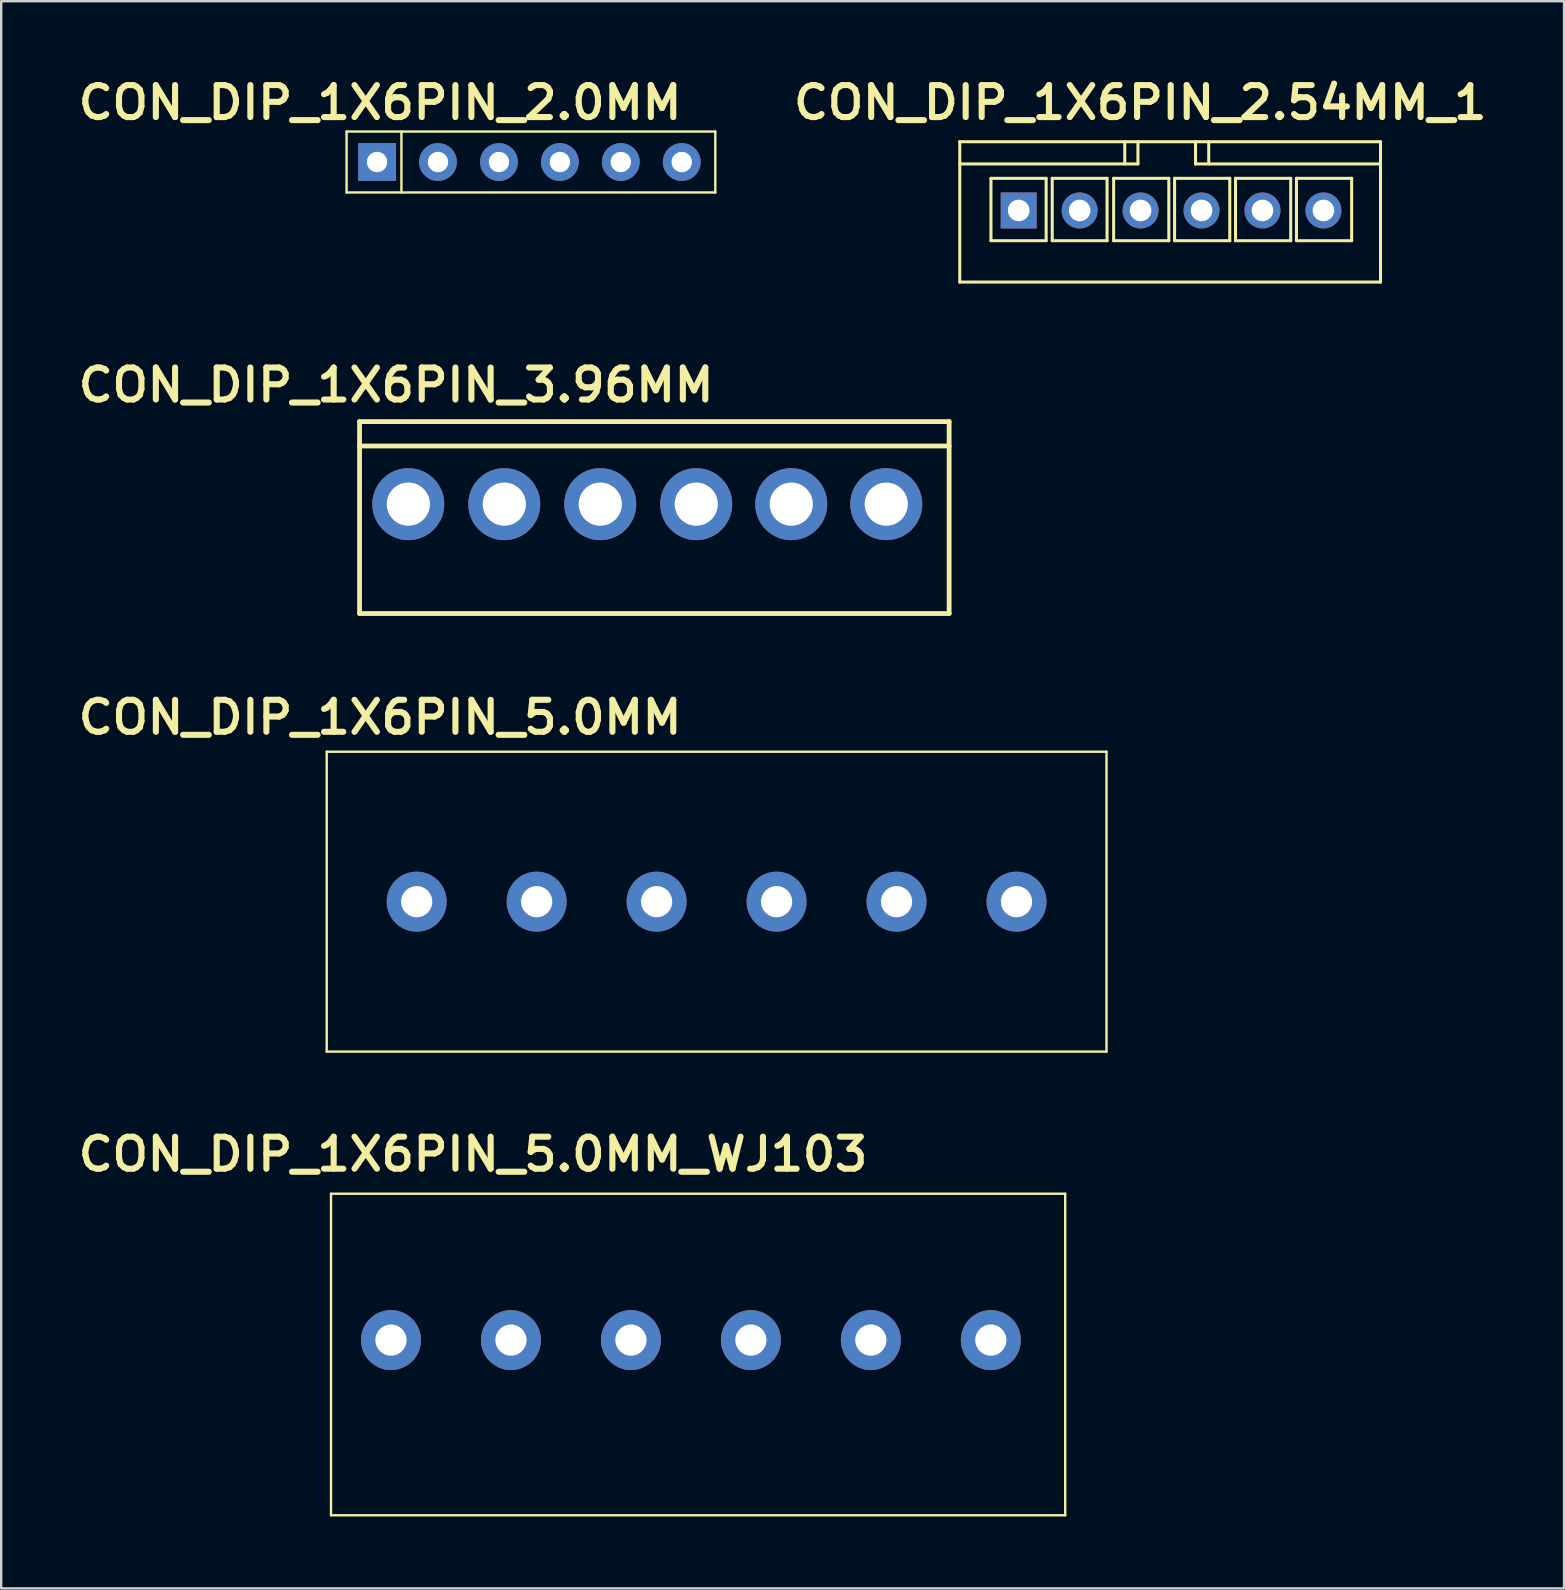
<source format=kicad_pcb>
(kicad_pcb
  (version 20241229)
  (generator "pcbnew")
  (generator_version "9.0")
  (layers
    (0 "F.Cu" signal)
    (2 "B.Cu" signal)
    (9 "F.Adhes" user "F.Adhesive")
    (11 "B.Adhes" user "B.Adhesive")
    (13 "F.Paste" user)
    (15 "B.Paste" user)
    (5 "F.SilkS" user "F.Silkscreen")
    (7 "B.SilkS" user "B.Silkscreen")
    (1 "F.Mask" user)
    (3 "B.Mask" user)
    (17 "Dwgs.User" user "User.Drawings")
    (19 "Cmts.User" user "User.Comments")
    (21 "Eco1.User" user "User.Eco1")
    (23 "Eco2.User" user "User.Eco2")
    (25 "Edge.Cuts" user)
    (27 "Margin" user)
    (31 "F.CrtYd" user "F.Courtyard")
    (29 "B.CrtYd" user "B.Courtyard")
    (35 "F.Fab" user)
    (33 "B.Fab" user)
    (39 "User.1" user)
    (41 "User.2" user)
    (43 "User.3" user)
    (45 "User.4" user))
  (footprint "CON_DIP_1X6PIN_2.54MM_1"
    (layer "F.Cu")
    (at 45.758 5.531)
    (property "Reference" "CON_DIP_1X6PIN_2.54MM_1" (at -1.283 -4.305 0) (unlocked yes) (layer "F.SilkS") (effects (font (size 1.333 1.402) (thickness 0.254))))
    (attr smd)
    (fp_line (start -8.806 3.176) (end -8.806 -2.674) (stroke (width 0.127) (type solid)) (layer "F.SilkS"))
    (fp_line (start -7.506 1.451) (end -7.506 -1.149) (stroke (width 0.127) (type solid)) (layer "F.SilkS"))
    (fp_line (start -5.206 -1.149) (end -7.506 -1.149) (stroke (width 0.127) (type solid)) (layer "F.SilkS"))
    (fp_line (start -5.206 1.451) (end -7.506 1.451) (stroke (width 0.127) (type solid)) (layer "F.SilkS"))
    (fp_line (start -5.206 1.451) (end -5.206 -1.149) (stroke (width 0.127) (type solid)) (layer "F.SilkS"))
    (fp_line (start -4.953 1.451) (end -4.953 -1.149) (stroke (width 0.127) (type solid)) (layer "F.SilkS"))
    (fp_line (start -2.667 -1.149) (end -4.953 -1.149) (stroke (width 0.127) (type solid)) (layer "F.SilkS"))
    (fp_line (start -2.667 1.451) (end -4.953 1.451) (stroke (width 0.127) (type solid)) (layer "F.SilkS"))
    (fp_line (start -2.667 1.451) (end -2.667 -1.149) (stroke (width 0.127) (type solid)) (layer "F.SilkS"))
    (fp_line (start -2.393 1.451) (end -2.393 -1.149) (stroke (width 0.127) (type solid)) (layer "F.SilkS"))
    (fp_line (start -1.93 -1.749) (end -1.93 -2.674) (stroke (width 0.127) (type solid)) (layer "F.SilkS"))
    (fp_line (start -1.38 -1.749) (end -8.806 -1.749) (stroke (width 0.127) (type solid)) (layer "F.SilkS"))
    (fp_line (start -1.38 -1.749) (end -1.38 -2.674) (stroke (width 0.127) (type solid)) (layer "F.SilkS"))
    (fp_line (start -0.093 -1.149) (end -2.393 -1.149) (stroke (width 0.127) (type solid)) (layer "F.SilkS"))
    (fp_line (start -0.093 1.451) (end -2.393 1.451) (stroke (width 0.127) (type solid)) (layer "F.SilkS"))
    (fp_line (start -0.093 1.451) (end -0.093 -1.149) (stroke (width 0.127) (type solid)) (layer "F.SilkS"))
    (fp_line (start 0.147 1.451) (end 0.147 -1.149) (stroke (width 0.127) (type solid)) (layer "F.SilkS"))
    (fp_line (start 1.02 -1.749) (end 1.02 -2.674) (stroke (width 0.127) (type solid)) (layer "F.SilkS"))
    (fp_line (start 1.57 -1.749) (end 1.57 -2.674) (stroke (width 0.127) (type solid)) (layer "F.SilkS"))
    (fp_line (start 2.447 -1.149) (end 0.147 -1.149) (stroke (width 0.127) (type solid)) (layer "F.SilkS"))
    (fp_line (start 2.447 1.451) (end 0.147 1.451) (stroke (width 0.127) (type solid)) (layer "F.SilkS"))
    (fp_line (start 2.447 1.451) (end 2.447 -1.149) (stroke (width 0.127) (type solid)) (layer "F.SilkS"))
    (fp_line (start 2.687 1.451) (end 2.687 -1.149) (stroke (width 0.127) (type solid)) (layer "F.SilkS"))
    (fp_line (start 4.987 -1.149) (end 2.687 -1.149) (stroke (width 0.127) (type solid)) (layer "F.SilkS"))
    (fp_line (start 4.987 1.451) (end 2.687 1.451) (stroke (width 0.127) (type solid)) (layer "F.SilkS"))
    (fp_line (start 4.987 1.451) (end 4.987 -1.149) (stroke (width 0.127) (type solid)) (layer "F.SilkS"))
    (fp_line (start 5.227 1.451) (end 5.227 -1.149) (stroke (width 0.127) (type solid)) (layer "F.SilkS"))
    (fp_line (start 7.527 -1.149) (end 5.227 -1.149) (stroke (width 0.127) (type solid)) (layer "F.SilkS"))
    (fp_line (start 7.527 1.451) (end 5.227 1.451) (stroke (width 0.127) (type solid)) (layer "F.SilkS"))
    (fp_line (start 7.527 1.451) (end 7.527 -1.149) (stroke (width 0.127) (type solid)) (layer "F.SilkS"))
    (fp_line (start 8.73 -2.674) (end -8.806 -2.674) (stroke (width 0.127) (type solid)) (layer "F.SilkS"))
    (fp_line (start 8.73 -1.749) (end 1.02 -1.749) (stroke (width 0.127) (type solid)) (layer "F.SilkS"))
    (fp_line (start 8.73 3.176) (end -8.806 3.176) (stroke (width 0.127) (type solid)) (layer "F.SilkS"))
    (fp_line (start 8.73 3.176) (end 8.73 -2.674) (stroke (width 0.127) (type solid)) (layer "F.SilkS"))
    (pad "1" thru_hole rect (at -6.35 0.191) (size 1.5 1.5) (drill 0.9) (layers "*.Cu" "*.Mask"))
    (pad "2" thru_hole circle (at -3.81 0.191) (size 1.5 1.5) (drill 0.9) (layers "*.Cu" "*.Mask"))
    (pad "3" thru_hole circle (at -1.27 0.191) (size 1.5 1.5) (drill 0.9) (layers "*.Cu" "*.Mask"))
    (pad "4" thru_hole circle (at 1.27 0.191) (size 1.5 1.5) (drill 0.9) (layers "*.Cu" "*.Mask"))
    (pad "5" thru_hole circle (at 3.81 0.191) (size 1.5 1.5) (drill 0.9) (layers "*.Cu" "*.Mask"))
    (pad "6" thru_hole circle (at 6.35 0.191) (size 1.5 1.5) (drill 0.9) (layers "*.Cu" "*.Mask")))
  (footprint "CON_DIP_1X6PIN_2.0MM"
    (layer "F.Cu")
    (at 18.952 3.766)
    (property "Reference" "CON_DIP_1X6PIN_2.0MM" (at -6.16 -2.54 0) (unlocked yes) (layer "F.SilkS") (effects (font (size 1.333 1.402) (thickness 0.254))))
    (attr smd)
    (fp_line (start -7.557 -1.333) (end -7.557 1.206) (stroke (width 0.1) (type solid)) (layer "F.SilkS"))
    (fp_line (start -7.557 -1.333) (end 7.811 -1.333) (stroke (width 0.1) (type solid)) (layer "F.SilkS"))
    (fp_line (start -7.557 1.207) (end 7.811 1.207) (stroke (width 0.1) (type solid)) (layer "F.SilkS"))
    (fp_line (start -5.271 -1.334) (end -5.271 1.207) (stroke (width 0.1) (type solid)) (layer "F.SilkS"))
    (fp_line (start 7.811 1.207) (end 7.811 -1.333) (stroke (width 0.1) (type solid)) (layer "F.SilkS"))
    (pad "1" thru_hole rect (at -6.287 -0.064) (size 1.575 1.575) (drill 0.85) (layers "*.Cu" "*.Mask"))
    (pad "2" thru_hole circle (at -3.747 -0.064) (size 1.575 1.575) (drill 0.85) (layers "*.Cu" "*.Mask"))
    (pad "3" thru_hole circle (at -1.206 -0.063) (size 1.575 1.575) (drill 0.85) (layers "*.Cu" "*.Mask"))
    (pad "4" thru_hole circle (at 1.333 -0.063) (size 1.575 1.575) (drill 0.85) (layers "*.Cu" "*.Mask"))
    (pad "5" thru_hole circle (at 3.873 -0.063) (size 1.575 1.575) (drill 0.85) (layers "*.Cu" "*.Mask"))
    (pad "6" thru_hole circle (at 6.413 -0.063) (size 1.575 1.575) (drill 0.85) (layers "*.Cu" "*.Mask")))
  (footprint "CON_DIP_1X6PIN_5.0MM_WJ103"
    (layer "F.Cu")
    (at 25.746 52.803)
    (property "Reference" "CON_DIP_1X6PIN_5.0MM_WJ103" (at -9.081 -7.747 0) (unlocked yes) (layer "F.SilkS") (effects (font (size 1.333 1.402) (thickness 0.254))))
    (attr smd)
    (fp_line (start -15 -6.1) (end 15.6 -6.1) (stroke (width 0.1) (type solid)) (layer "F.SilkS"))
    (fp_line (start -15 7.3) (end -15 -6.1) (stroke (width 0.1) (type solid)) (layer "F.SilkS"))
    (fp_line (start -15 7.3) (end 15.6 7.3) (stroke (width 0.1) (type solid)) (layer "F.SilkS"))
    (fp_line (start 15.6 7.3) (end 15.6 -6.1) (stroke (width 0.1) (type solid)) (layer "F.SilkS"))
    (pad "1" thru_hole circle (at -12.5 0) (size 2.5 2.5) (drill 1.3) (layers "*.Cu" "*.Mask"))
    (pad "2" thru_hole circle (at -7.5 0) (size 2.5 2.5) (drill 1.3) (layers "*.Cu" "*.Mask"))
    (pad "3" thru_hole circle (at -2.5 0) (size 2.5 2.5) (drill 1.3) (layers "*.Cu" "*.Mask"))
    (pad "4" thru_hole circle (at 2.5 0) (size 2.5 2.5) (drill 1.3) (layers "*.Cu" "*.Mask"))
    (pad "5" thru_hole circle (at 7.5 0) (size 2.5 2.5) (drill 1.3) (layers "*.Cu" "*.Mask"))
    (pad "6" thru_hole circle (at 12.5 0) (size 2.5 2.5) (drill 1.3) (layers "*.Cu" "*.Mask")))
  (footprint "CON_DIP_1X6PIN_5.0MM"
    (layer "F.Cu")
    (at 14.317 34.53)
    (property "Reference" "CON_DIP_1X6PIN_5.0MM" (at -1.524 -7.684 0) (unlocked yes) (layer "F.SilkS") (effects (font (size 1.333 1.402) (thickness 0.254))))
    (attr smd)
    (fp_line (start -3.75 -6.25) (end 28.75 -6.25) (stroke (width 0.1) (type solid)) (layer "F.SilkS"))
    (fp_line (start -3.75 6.25) (end -3.75 -6.25) (stroke (width 0.1) (type solid)) (layer "F.SilkS"))
    (fp_line (start -3.75 6.25) (end 28.75 6.25) (stroke (width 0.1) (type solid)) (layer "F.SilkS"))
    (fp_line (start 28.75 6.25) (end 28.75 -6.25) (stroke (width 0.1) (type solid)) (layer "F.SilkS"))
    (pad "1" thru_hole circle (at 0 0) (size 2.5 2.5) (drill 1.3) (layers "*.Cu" "*.Mask"))
    (pad "2" thru_hole circle (at 5 0) (size 2.5 2.5) (drill 1.3) (layers "*.Cu" "*.Mask"))
    (pad "3" thru_hole circle (at 10 0) (size 2.5 2.5) (drill 1.3) (layers "*.Cu" "*.Mask"))
    (pad "4" thru_hole circle (at 15 0) (size 2.5 2.5) (drill 1.3) (layers "*.Cu" "*.Mask"))
    (pad "5" thru_hole circle (at 20 0) (size 2.5 2.5) (drill 1.3) (layers "*.Cu" "*.Mask"))
    (pad "6" thru_hole circle (at 25 0) (size 2.5 2.5) (drill 1.3) (layers "*.Cu" "*.Mask")))
  (footprint "CON_DIP_1X6PIN_3.96MM"
    (layer "F.Cu")
    (at 24.001 18.013)
    (property "Reference" "CON_DIP_1X6PIN_3.96MM" (at -10.541 -5.016 0) (unlocked yes) (layer "F.SilkS") (effects (font (size 1.333 1.402) (thickness 0.254))))
    (attr smd)
    (fp_line (start -12.065 -3.491) (end 12.508 -3.491) (stroke (width 0.2) (type solid)) (layer "F.SilkS"))
    (fp_line (start -12.065 -2.475) (end 12.508 -2.475) (stroke (width 0.2) (type solid)) (layer "F.SilkS"))
    (fp_line (start -12.065 4.508) (end -12.065 -3.491) (stroke (width 0.2) (type solid)) (layer "F.SilkS"))
    (fp_line (start -12.065 4.508) (end 12.508 4.508) (stroke (width 0.2) (type solid)) (layer "F.SilkS"))
    (fp_line (start 12.508 4.508) (end 12.508 -3.491) (stroke (width 0.2) (type solid)) (layer "F.SilkS"))
    (pad "1" thru_hole circle (at -10.033 -0.051 90) (size 3 3) (drill 1.8) (layers "*.Cu" "*.Mask"))
    (pad "2" thru_hole circle (at -6.033 -0.051 90) (size 3 3) (drill 1.8) (layers "*.Cu" "*.Mask"))
    (pad "3" thru_hole circle (at -2.033 -0.051 90) (size 3 3) (drill 1.8) (layers "*.Cu" "*.Mask"))
    (pad "4" thru_hole circle (at 1.967 -0.051 90) (size 3 3) (drill 1.8) (layers "*.Cu" "*.Mask"))
    (pad "5" thru_hole circle (at 5.927 -0.051 90) (size 3 3) (drill 1.8) (layers "*.Cu" "*.Mask"))
    (pad "6" thru_hole circle (at 9.887 -0.051 90) (size 3 3) (drill 1.8) (layers "*.Cu" "*.Mask")))
  (gr_rect
    (start -3 -3)
    (end 62.137 63.153)
    (stroke (width 0.1) (type default))
    (fill no)
    (layer "Edge.Cuts")))
</source>
